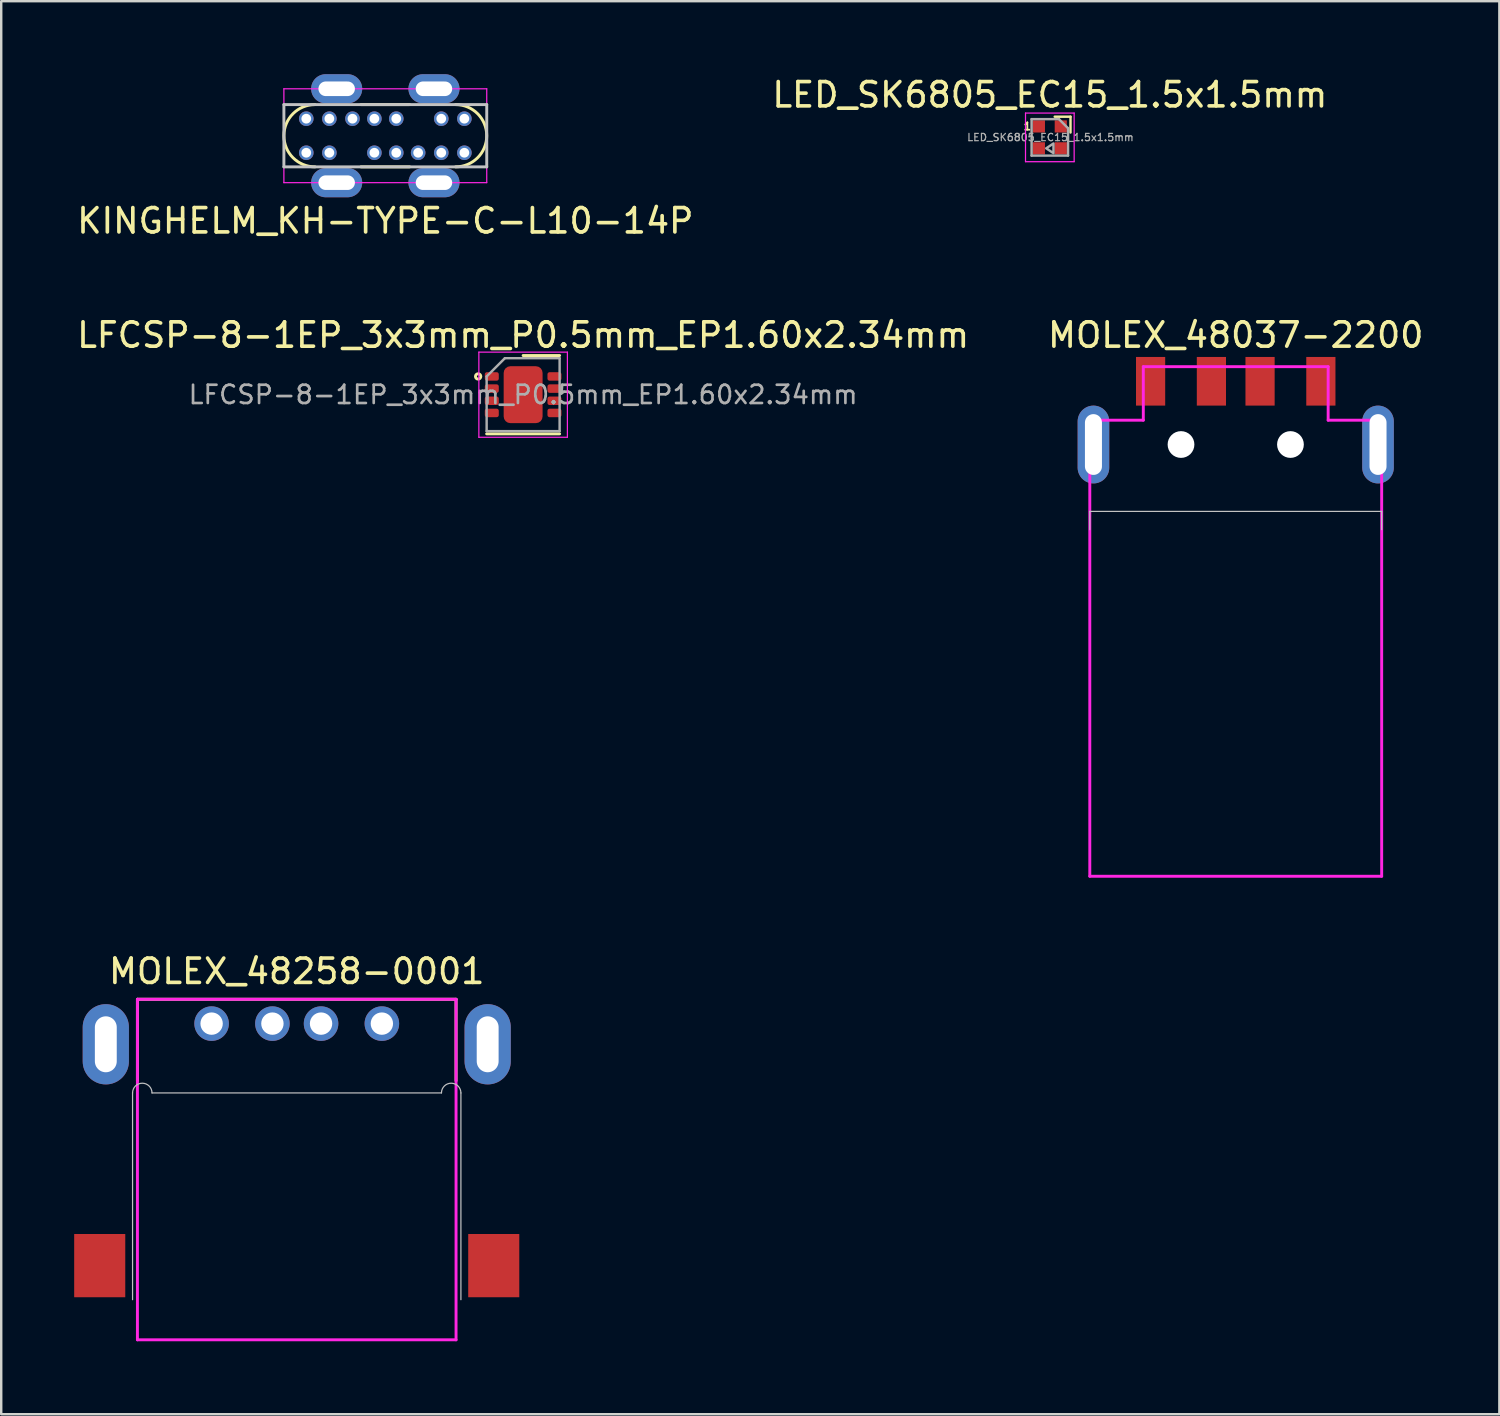
<source format=kicad_pcb>
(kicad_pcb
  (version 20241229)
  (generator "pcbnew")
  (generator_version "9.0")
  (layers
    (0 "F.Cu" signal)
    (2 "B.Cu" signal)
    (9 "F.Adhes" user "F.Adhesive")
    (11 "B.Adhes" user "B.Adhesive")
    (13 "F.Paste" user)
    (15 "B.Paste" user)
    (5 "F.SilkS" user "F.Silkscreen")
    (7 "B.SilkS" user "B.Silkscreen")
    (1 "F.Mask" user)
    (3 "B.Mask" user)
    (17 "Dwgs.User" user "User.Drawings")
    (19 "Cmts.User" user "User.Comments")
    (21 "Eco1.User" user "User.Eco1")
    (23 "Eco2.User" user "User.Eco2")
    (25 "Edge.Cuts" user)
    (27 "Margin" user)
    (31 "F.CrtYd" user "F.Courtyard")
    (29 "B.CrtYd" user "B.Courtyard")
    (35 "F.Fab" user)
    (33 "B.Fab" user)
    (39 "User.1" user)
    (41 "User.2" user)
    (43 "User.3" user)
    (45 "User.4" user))
  (footprint "KINGHELM_KH-TYPE-C-L10-14P"
    (layer "F.Cu")
    (at 12.792 2.53)
    (property "Reference" "KINGHELM_KH-TYPE-C-L10-14P" (at 0 3.5 0) (layer "F.SilkS") (effects (font (size 1 1) (thickness 0.15))))
    (attr through_hole)
    (fp_line (start -1 -1.28) (end 1 -1.28) (stroke (width 0.12) (type solid)) (layer "F.SilkS"))
    (fp_line (start -1 1.28) (end 1 1.28) (stroke (width 0.12) (type solid)) (layer "F.SilkS"))
    (fp_arc (start -2.89 1.28) (mid -4.17 0) (end -2.89 -1.28) (stroke (width 0.12) (type solid)) (layer "F.SilkS"))
    (fp_arc (start 2.89 -1.28) (mid 4.17 0) (end 2.89 1.28) (stroke (width 0.12) (type solid)) (layer "F.SilkS"))
    (fp_line (start -4.17 -1.28) (end -4.17 1.28) (stroke (width 0.12) (type solid)) (layer "Dwgs.User"))
    (fp_line (start -4.17 1.28) (end 4.17 1.28) (stroke (width 0.12) (type solid)) (layer "Dwgs.User"))
    (fp_line (start 4.17 -1.28) (end -4.17 -1.28) (stroke (width 0.12) (type solid)) (layer "Dwgs.User"))
    (fp_line (start 4.17 1.28) (end 4.17 -1.28) (stroke (width 0.12) (type solid)) (layer "Dwgs.User"))
    (fp_line (start -4.17 -1.93) (end -4.17 1.93) (stroke (width 0.05) (type solid)) (layer "F.CrtYd"))
    (fp_line (start -4.17 1.93) (end 4.17 1.93) (stroke (width 0.05) (type solid)) (layer "F.CrtYd"))
    (fp_line (start 4.17 -1.93) (end -4.17 -1.93) (stroke (width 0.05) (type solid)) (layer "F.CrtYd"))
    (fp_line (start 4.17 1.93) (end 4.17 -1.93) (stroke (width 0.05) (type solid)) (layer "F.CrtYd"))
    (pad "A1" thru_hole circle (at -3.25 -0.7) (size 0.6 0.6) (drill 0.4) (layers "*.Cu" "*.Mask"))
    (pad "A4" thru_hole circle (at -2.3 -0.7) (size 0.6 0.6) (drill 0.4) (layers "*.Cu" "*.Mask"))
    (pad "A5" thru_hole circle (at -1.35 -0.7) (size 0.6 0.6) (drill 0.4) (layers "*.Cu" "*.Mask"))
    (pad "A6" thru_hole circle (at -0.45 -0.7) (size 0.6 0.6) (drill 0.4) (layers "*.Cu" "*.Mask"))
    (pad "A7" thru_hole circle (at 0.45 -0.7) (size 0.6 0.6) (drill 0.4) (layers "*.Cu" "*.Mask"))
    (pad "A9" thru_hole circle (at 2.3 -0.7) (size 0.6 0.6) (drill 0.4) (layers "*.Cu" "*.Mask"))
    (pad "A12" thru_hole circle (at 3.25 -0.7) (size 0.6 0.6) (drill 0.4) (layers "*.Cu" "*.Mask"))
    (pad "B1" thru_hole circle (at 3.25 0.7) (size 0.6 0.6) (drill 0.4) (layers "*.Cu" "*.Mask"))
    (pad "B4" thru_hole circle (at 2.3 0.7) (size 0.6 0.6) (drill 0.4) (layers "*.Cu" "*.Mask"))
    (pad "B5" thru_hole circle (at 1.35 0.7) (size 0.6 0.6) (drill 0.4) (layers "*.Cu" "*.Mask"))
    (pad "B6" thru_hole circle (at 0.45 0.7) (size 0.6 0.6) (drill 0.4) (layers "*.Cu" "*.Mask"))
    (pad "B7" thru_hole circle (at -0.45 0.7) (size 0.6 0.6) (drill 0.4) (layers "*.Cu" "*.Mask"))
    (pad "B9" thru_hole circle (at -2.3 0.7) (size 0.6 0.6) (drill 0.4) (layers "*.Cu" "*.Mask"))
    (pad "B12" thru_hole circle (at -3.25 0.7) (size 0.6 0.6) (drill 0.4) (layers "*.Cu" "*.Mask"))
    (pad "S1" thru_hole oval (at -2 -1.93) (size 2.1 1.2) (drill oval 1.5 0.6) (layers "*.Cu" "*.Mask"))
    (pad "S1" thru_hole oval (at -2 1.93) (size 2.1 1.2) (drill oval 1.5 0.6) (layers "*.Cu" "*.Mask"))
    (pad "S1" thru_hole oval (at 2 -1.93) (size 2.1 1.2) (drill oval 1.5 0.6) (layers "*.Cu" "*.Mask"))
    (pad "S1" thru_hole oval (at 2 1.93) (size 2.1 1.2) (drill oval 1.5 0.6) (layers "*.Cu" "*.Mask")))
  (footprint "MOLEX_48258-0001"
    (layer "F.Cu")
    (at 9.15 39.885)
    (property "Reference" "MOLEX_48258-0001" (at 0 -3 0) (layer "F.SilkS") (effects (font (size 1 1) (thickness 0.15))))
    (attr through_hole)
    (fp_line (start -6.55 -1.85) (end -6.55 1.5) (stroke (width 0.12) (type solid)) (layer "F.SilkS"))
    (fp_line (start -6.55 -1.85) (end 6.55 -1.85) (stroke (width 0.12) (type solid)) (layer "F.SilkS"))
    (fp_line (start 6.55 -1.85) (end 6.55 1.5) (stroke (width 0.12) (type solid)) (layer "F.SilkS"))
    (fp_line (start -6.75 2) (end -6.75 10.5) (stroke (width 0.05) (type solid)) (layer "Dwgs.User"))
    (fp_line (start -5.95 2) (end 5.95 2) (stroke (width 0.05) (type solid)) (layer "Dwgs.User"))
    (fp_line (start 6.75 2) (end 6.75 10.5) (stroke (width 0.05) (type solid)) (layer "Dwgs.User"))
    (fp_arc (start -6.75 2) (mid -6.35 1.6) (end -5.95 2) (stroke (width 0.05) (type solid)) (layer "Dwgs.User"))
    (fp_arc (start 5.95 2) (mid 6.35 1.6) (end 6.75 2) (stroke (width 0.05) (type solid)) (layer "Dwgs.User"))
    (fp_line (start -6.55 -1.85) (end 6.55 -1.85) (stroke (width 0.12) (type solid)) (layer "F.CrtYd"))
    (fp_line (start -6.55 12.15) (end -6.55 -1.85) (stroke (width 0.12) (type solid)) (layer "F.CrtYd"))
    (fp_line (start -6.55 12.15) (end 6.55 12.15) (stroke (width 0.12) (type solid)) (layer "F.CrtYd"))
    (fp_line (start 6.55 12.15) (end 6.55 -1.85) (stroke (width 0.12) (type solid)) (layer "F.CrtYd"))
    (pad "1" thru_hole circle (at 3.5 -0.85) (size 1.42 1.42) (drill 0.92) (layers "*.Cu" "*.Mask"))
    (pad "2" thru_hole circle (at 1 -0.85) (size 1.42 1.42) (drill 0.92) (layers "*.Cu" "*.Mask"))
    (pad "3" thru_hole circle (at -1 -0.85) (size 1.42 1.42) (drill 0.92) (layers "*.Cu" "*.Mask"))
    (pad "4" thru_hole circle (at -3.5 -0.85) (size 1.42 1.42) (drill 0.92) (layers "*.Cu" "*.Mask"))
    (pad "5" smd rect (at -8.1 9.1) (size 2.1 2.6) (layers "F.Cu" "F.Mask" "F.Paste"))
    (pad "5" thru_hole oval (at -7.85 0) (size 1.9 3.3) (drill oval 0.9 2.3) (layers "*.Cu" "*.Mask"))
    (pad "5" thru_hole oval (at 7.85 0) (size 1.9 3.3) (drill oval 0.9 2.3) (layers "*.Cu" "*.Mask"))
    (pad "5" smd rect (at 8.1 9.1) (size 2.1 2.6) (layers "F.Cu" "F.Mask" "F.Paste")))
  (footprint "MOLEX_48037-2200"
    (layer "F.Cu")
    (at 47.756 15.226)
    (property "Reference" "MOLEX_48037-2200" (at 0 -4.5 0) (layer "F.SilkS") (effects (font (size 1 1) (thickness 0.15))))
    (attr through_hole)
    (fp_line (start -6 2.75) (end -6 3.5) (stroke (width 0.05) (type solid)) (layer "Dwgs.User"))
    (fp_line (start -6 2.75) (end 6 2.75) (stroke (width 0.05) (type solid)) (layer "Dwgs.User"))
    (fp_line (start 6 2.75) (end 6 3.5) (stroke (width 0.05) (type solid)) (layer "Dwgs.User"))
    (fp_line (start -6 -1) (end -3.8 -1) (stroke (width 0.12) (type solid)) (layer "F.CrtYd"))
    (fp_line (start -6 17.75) (end -6 -1) (stroke (width 0.12) (type solid)) (layer "F.CrtYd"))
    (fp_line (start -3.8 -3.2) (end -3.8 -1) (stroke (width 0.12) (type solid)) (layer "F.CrtYd"))
    (fp_line (start -3.8 -3.2) (end 3.8 -3.2) (stroke (width 0.12) (type solid)) (layer "F.CrtYd"))
    (fp_line (start 3.8 -3.2) (end 3.8 -1) (stroke (width 0.12) (type solid)) (layer "F.CrtYd"))
    (fp_line (start 3.8 -1) (end 6 -1) (stroke (width 0.12) (type solid)) (layer "F.CrtYd"))
    (fp_line (start 6 -1) (end 6 17.75) (stroke (width 0.12) (type solid)) (layer "F.CrtYd"))
    (fp_line (start 6 17.75) (end -6 17.75) (stroke (width 0.12) (type solid)) (layer "F.CrtYd"))
    (pad "" np_thru_hole circle (at -2.25 0) (size 1.1 1.1) (drill 1.1) (layers "*.Cu" "*.Mask"))
    (pad "" np_thru_hole circle (at 2.25 0) (size 1.1 1.1) (drill 1.1) (layers "*.Cu" "*.Mask"))
    (pad "1" smd rect (at 3.5 -2.6) (size 1.2 2) (layers "F.Cu" "F.Mask" "F.Paste"))
    (pad "2" smd rect (at 1 -2.6) (size 1.2 2) (layers "F.Cu" "F.Mask" "F.Paste"))
    (pad "3" smd rect (at -1 -2.6) (size 1.2 2) (layers "F.Cu" "F.Mask" "F.Paste"))
    (pad "4" smd rect (at -3.5 -2.6) (size 1.2 2) (layers "F.Cu" "F.Mask" "F.Paste"))
    (pad "5" thru_hole oval (at -5.85 0) (size 1.3 3.2) (drill oval 0.7 2.5) (layers "*.Cu" "*.Mask"))
    (pad "5" thru_hole oval (at 5.85 0) (size 1.3 3.2) (drill oval 0.7 2.5) (layers "*.Cu" "*.Mask")))
  (footprint "LFCSP-8-1EP_3x3mm_P0.5mm_EP1.60x2.34mm"
    (layer "F.Cu")
    (at 18.458 13.177)
    (property "Reference" "LFCSP-8-1EP_3x3mm_P0.5mm_EP1.60x2.34mm" (at 0 -2.45 0) (layer "F.SilkS") (effects (font (size 1 1) (thickness 0.15))))
    (attr smd)
    (fp_line (start -1.5 1.61) (end 1.5 1.61) (stroke (width 0.12) (type solid)) (layer "F.SilkS"))
    (fp_line (start 0 -1.61) (end 1.5 -1.61) (stroke (width 0.12) (type solid)) (layer "F.SilkS"))
    (fp_circle (center -1.85 -0.75) (end -1.8 -0.75) (stroke (width 0.12) (type solid)) (fill no) (layer "F.SilkS"))
    (fp_line (start -1.82 -1.75) (end -1.82 1.75) (stroke (width 0.05) (type solid)) (layer "F.CrtYd"))
    (fp_line (start -1.82 1.75) (end 1.82 1.75) (stroke (width 0.05) (type solid)) (layer "F.CrtYd"))
    (fp_line (start 1.82 -1.75) (end -1.82 -1.75) (stroke (width 0.05) (type solid)) (layer "F.CrtYd"))
    (fp_line (start 1.82 1.75) (end 1.82 -1.75) (stroke (width 0.05) (type solid)) (layer "F.CrtYd"))
    (fp_line (start -1.5 -0.75) (end -0.75 -1.5) (stroke (width 0.1) (type solid)) (layer "F.Fab"))
    (fp_line (start -1.5 1.5) (end -1.5 -0.75) (stroke (width 0.1) (type solid)) (layer "F.Fab"))
    (fp_line (start -0.75 -1.5) (end 1.5 -1.5) (stroke (width 0.1) (type solid)) (layer "F.Fab"))
    (fp_line (start 1.5 -1.5) (end 1.5 1.5) (stroke (width 0.1) (type solid)) (layer "F.Fab"))
    (fp_line (start 1.5 1.5) (end -1.5 1.5) (stroke (width 0.1) (type solid)) (layer "F.Fab"))
    (fp_text user "${REFERENCE}" (at 0 0 0) (layer "F.Fab") (effects (font (size 0.75 0.75) (thickness 0.11))))
    (pad "" smd roundrect (at -0.365 -0.435) (size 0.58 0.7) (layers "F.Paste") (roundrect_rratio 0.25))
    (pad "" smd roundrect (at -0.365 0.435) (size 0.58 0.7) (layers "F.Paste") (roundrect_rratio 0.25))
    (pad "" smd roundrect (at 0.365 -0.435) (size 0.58 0.7) (layers "F.Paste") (roundrect_rratio 0.25))
    (pad "" smd roundrect (at 0.365 0.435) (size 0.58 0.7) (layers "F.Paste") (roundrect_rratio 0.25))
    (pad "1" smd roundrect (at -1.288 -0.75) (size 0.575 0.35) (layers "F.Cu" "F.Mask" "F.Paste") (roundrect_rratio 0.25))
    (pad "2" smd roundrect (at -1.288 -0.25) (size 0.575 0.35) (layers "F.Cu" "F.Mask" "F.Paste") (roundrect_rratio 0.25))
    (pad "3" smd roundrect (at -1.288 0.25) (size 0.575 0.35) (layers "F.Cu" "F.Mask" "F.Paste") (roundrect_rratio 0.25))
    (pad "4" smd roundrect (at -1.288 0.75) (size 0.575 0.35) (layers "F.Cu" "F.Mask" "F.Paste") (roundrect_rratio 0.25))
    (pad "5" smd roundrect (at 1.288 0.75) (size 0.575 0.35) (layers "F.Cu" "F.Mask" "F.Paste") (roundrect_rratio 0.25))
    (pad "6" smd roundrect (at 1.288 0.25) (size 0.575 0.35) (layers "F.Cu" "F.Mask" "F.Paste") (roundrect_rratio 0.25))
    (pad "7" smd roundrect (at 1.288 -0.25) (size 0.575 0.35) (layers "F.Cu" "F.Mask" "F.Paste") (roundrect_rratio 0.25))
    (pad "8" smd roundrect (at 1.288 -0.75) (size 0.575 0.35) (layers "F.Cu" "F.Mask" "F.Paste") (roundrect_rratio 0.25))
    (pad "9" smd roundrect (at 0 0) (size 1.6 2.34) (layers "F.Cu" "F.Mask") (roundrect_rratio 0.172)))
  (footprint "LED_SK6805_EC15_1.5x1.5mm"
    (layer "F.Cu")
    (at 40.113 2.598)
    (property "Reference" "LED_SK6805_EC15_1.5x1.5mm" (at 0 -1.75 0) (layer "F.SilkS") (effects (font (size 1 1) (thickness 0.15))))
    (attr smd)
    (fp_line (start 0.85 -0.85) (end 0.2 -0.85) (stroke (width 0.1) (type solid)) (layer "F.SilkS"))
    (fp_line (start 0.85 -0.2) (end 0.85 -0.85) (stroke (width 0.1) (type solid)) (layer "F.SilkS"))
    (fp_line (start -1 -1) (end 1 -1) (stroke (width 0.05) (type solid)) (layer "F.CrtYd"))
    (fp_line (start -1 1) (end -1 -1) (stroke (width 0.05) (type solid)) (layer "F.CrtYd"))
    (fp_line (start 1 -1) (end 1 1) (stroke (width 0.05) (type solid)) (layer "F.CrtYd"))
    (fp_line (start 1 1) (end -1 1) (stroke (width 0.05) (type solid)) (layer "F.CrtYd"))
    (fp_line (start -0.75 -0.75) (end 0.375 -0.75) (stroke (width 0.1) (type solid)) (layer "F.Fab"))
    (fp_line (start -0.75 0.75) (end -0.75 -0.75) (stroke (width 0.1) (type solid)) (layer "F.Fab"))
    (fp_line (start 0.375 -0.75) (end 0.75 -0.375) (stroke (width 0.1) (type solid)) (layer "F.Fab"))
    (fp_line (start 0.75 -0.375) (end 0.75 0.75) (stroke (width 0.1) (type solid)) (layer "F.Fab"))
    (fp_line (start 0.75 0.75) (end -0.75 0.75) (stroke (width 0.1) (type solid)) (layer "F.Fab"))
    (fp_poly (pts (xy 0.15 0.25) (xy -0.15 0.45) (xy 0.15 0.65)) (stroke (width 0.1) (type solid)) (fill no) (layer "F.Fab"))
    (fp_text user "1" (at -0.925 -0.45 0) (layer "F.SilkS") (effects (font (size 0.3 0.3) (thickness 0.075))))
    (fp_text user "${REFERENCE}" (at 0.025 0 0) (layer "F.Fab") (effects (font (size 0.3 0.3) (thickness 0.05))))
    (pad "1" smd rect (at -0.45 -0.45) (size 0.5 0.5) (layers "F.Cu" "F.Mask" "F.Paste"))
    (pad "2" smd rect (at -0.45 0.45) (size 0.5 0.5) (layers "F.Cu" "F.Mask" "F.Paste"))
    (pad "3" smd rect (at 0.45 0.45) (size 0.5 0.5) (layers "F.Cu" "F.Mask" "F.Paste"))
    (pad "4" smd rect (at 0.45 -0.45) (size 0.5 0.5) (layers "F.Cu" "F.Mask" "F.Paste")))
  (gr_rect
    (start -3 -3)
    (end 58.595 55.095)
    (stroke (width 0.1) (type default))
    (fill no)
    (layer "Edge.Cuts")))
</source>
